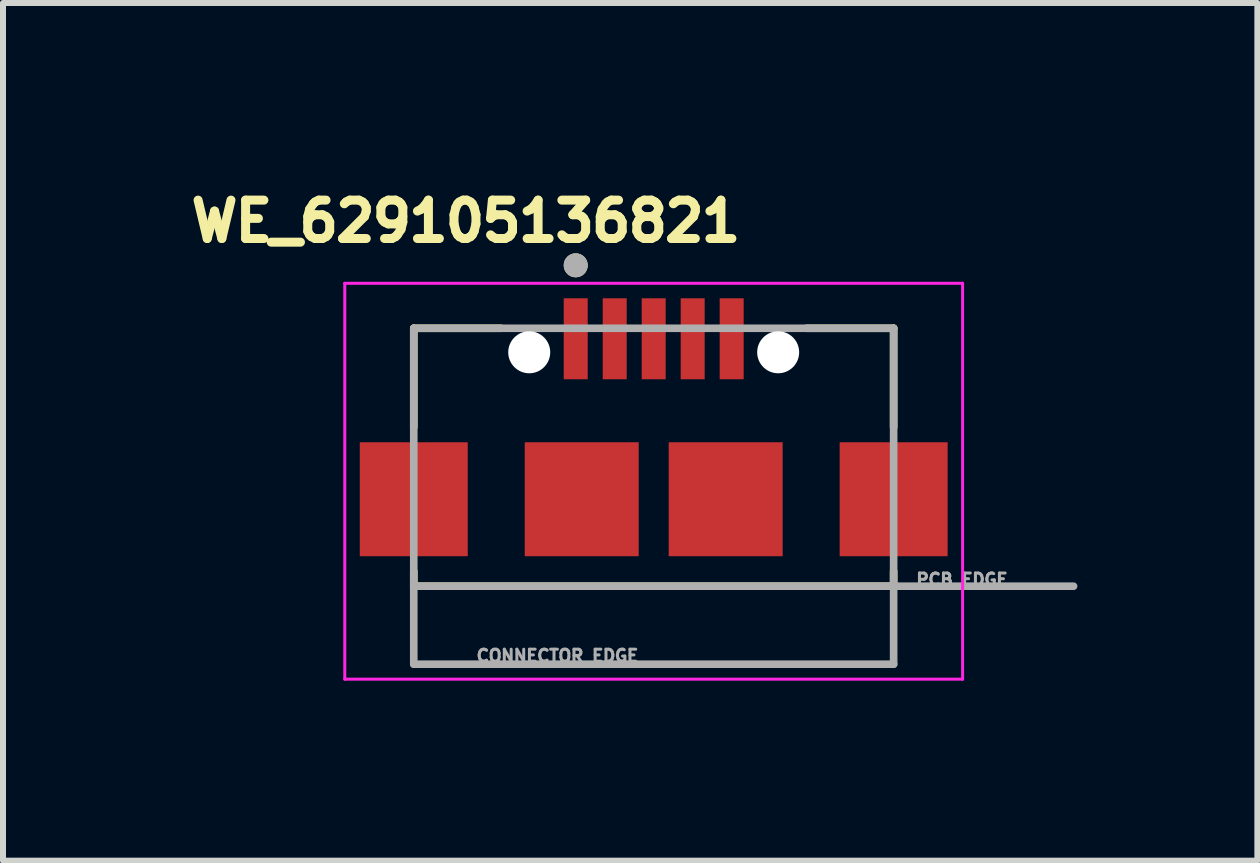
<source format=kicad_pcb>
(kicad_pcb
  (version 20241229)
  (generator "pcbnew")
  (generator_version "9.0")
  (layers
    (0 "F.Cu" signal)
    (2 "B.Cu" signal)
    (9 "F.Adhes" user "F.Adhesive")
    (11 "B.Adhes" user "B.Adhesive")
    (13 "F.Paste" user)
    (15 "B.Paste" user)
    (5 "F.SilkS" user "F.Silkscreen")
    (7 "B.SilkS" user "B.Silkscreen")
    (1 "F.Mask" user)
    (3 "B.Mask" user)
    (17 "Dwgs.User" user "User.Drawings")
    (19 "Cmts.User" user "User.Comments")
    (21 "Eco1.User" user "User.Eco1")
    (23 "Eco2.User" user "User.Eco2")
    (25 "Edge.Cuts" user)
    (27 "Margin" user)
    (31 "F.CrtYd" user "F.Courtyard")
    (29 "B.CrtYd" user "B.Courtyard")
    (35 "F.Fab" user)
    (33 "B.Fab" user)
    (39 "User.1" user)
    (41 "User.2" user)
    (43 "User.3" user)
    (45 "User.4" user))
  (footprint "WE_629105136821"
    (layer "F.Cu")
    (at 7.848 5.273)
    (property "Reference" "WE_629105136821" (at -3.131 -4.635 0) (layer "F.SilkS") (effects (font (size 0.64 0.64) (thickness 0.15))))
    (attr through_hole)
    (fp_line (start -4 -2.85) (end -4 -1.2) (stroke (width 0.127) (type solid)) (layer "F.SilkS"))
    (fp_line (start -4 -2.85) (end -2.55 -2.85) (stroke (width 0.127) (type solid)) (layer "F.SilkS"))
    (fp_line (start -4 1.2) (end -4 1.45) (stroke (width 0.127) (type solid)) (layer "F.SilkS"))
    (fp_line (start -4 1.45) (end 4 1.45) (stroke (width 0.127) (type solid)) (layer "F.SilkS"))
    (fp_line (start 4 -2.85) (end 2.55 -2.85) (stroke (width 0.127) (type solid)) (layer "F.SilkS"))
    (fp_line (start 4 -2.85) (end 4 -1.2) (stroke (width 0.127) (type solid)) (layer "F.SilkS"))
    (fp_line (start 4 1.2) (end 4 1.45) (stroke (width 0.127) (type solid)) (layer "F.SilkS"))
    (fp_circle (center -1.3 -3.9) (end -1.2 -3.9) (stroke (width 0.2) (type solid)) (fill no) (layer "F.SilkS"))
    (fp_line (start -5.15 -3.6) (end 5.15 -3.6) (stroke (width 0.05) (type solid)) (layer "F.CrtYd"))
    (fp_line (start -5.15 3) (end -5.15 -3.6) (stroke (width 0.05) (type solid)) (layer "F.CrtYd"))
    (fp_line (start 5.15 -3.6) (end 5.15 3) (stroke (width 0.05) (type solid)) (layer "F.CrtYd"))
    (fp_line (start 5.15 3) (end -5.15 3) (stroke (width 0.05) (type solid)) (layer "F.CrtYd"))
    (fp_line (start -4 -2.85) (end 4 -2.85) (stroke (width 0.127) (type solid)) (layer "F.Fab"))
    (fp_line (start -4 1.45) (end -4 -2.85) (stroke (width 0.127) (type solid)) (layer "F.Fab"))
    (fp_line (start -4 1.45) (end 7 1.45) (stroke (width 0.127) (type solid)) (layer "F.Fab"))
    (fp_line (start -4 2.75) (end -4 1.45) (stroke (width 0.127) (type solid)) (layer "F.Fab"))
    (fp_line (start 4 -2.85) (end 4 2.75) (stroke (width 0.127) (type solid)) (layer "F.Fab"))
    (fp_line (start 4 2.75) (end -4 2.75) (stroke (width 0.127) (type solid)) (layer "F.Fab"))
    (fp_circle (center -1.3 -3.9) (end -1.2 -3.9) (stroke (width 0.2) (type solid)) (fill no) (layer "F.Fab"))
    (fp_text user "CONNECTOR EDGE" (at -1.605 2.61 0) (layer "F.Fab") (effects (font (size 0.2 0.2) (thickness 0.15))))
    (fp_text user "PCB EDGE" (at 5.14 1.34 0) (layer "F.Fab") (effects (font (size 0.2 0.2) (thickness 0.15))))
    (pad "" np_thru_hole circle (at -2.075 -2.45) (size 0.7 0.7) (drill 0.7) (layers "*.Cu" "*.Mask"))
    (pad "" np_thru_hole circle (at 2.075 -2.45) (size 0.7 0.7) (drill 0.7) (layers "*.Cu" "*.Mask"))
    (pad "1" smd rect (at -1.3 -2.675) (size 0.4 1.35) (layers "F.Cu" "F.Mask" "F.Paste"))
    (pad "2" smd rect (at -0.65 -2.675) (size 0.4 1.35) (layers "F.Cu" "F.Mask" "F.Paste"))
    (pad "3" smd rect (at 0 -2.675) (size 0.4 1.35) (layers "F.Cu" "F.Mask" "F.Paste"))
    (pad "4" smd rect (at 0.65 -2.675) (size 0.4 1.35) (layers "F.Cu" "F.Mask" "F.Paste"))
    (pad "5" smd rect (at 1.3 -2.675) (size 0.4 1.35) (layers "F.Cu" "F.Mask" "F.Paste"))
    (pad "6" smd rect (at -4 0) (size 1.8 1.9) (layers "F.Cu" "F.Mask" "F.Paste"))
    (pad "6" smd rect (at -1.2 0) (size 1.9 1.9) (layers "F.Cu" "F.Mask" "F.Paste"))
    (pad "6" smd rect (at 1.2 0) (size 1.9 1.9) (layers "F.Cu" "F.Mask" "F.Paste"))
    (pad "6" smd rect (at 4 0) (size 1.8 1.9) (layers "F.Cu" "F.Mask" "F.Paste")))
  (gr_rect
    (start -3 -3)
    (end 17.912 11.298)
    (stroke (width 0.1) (type default))
    (fill no)
    (layer "Edge.Cuts")))
</source>
